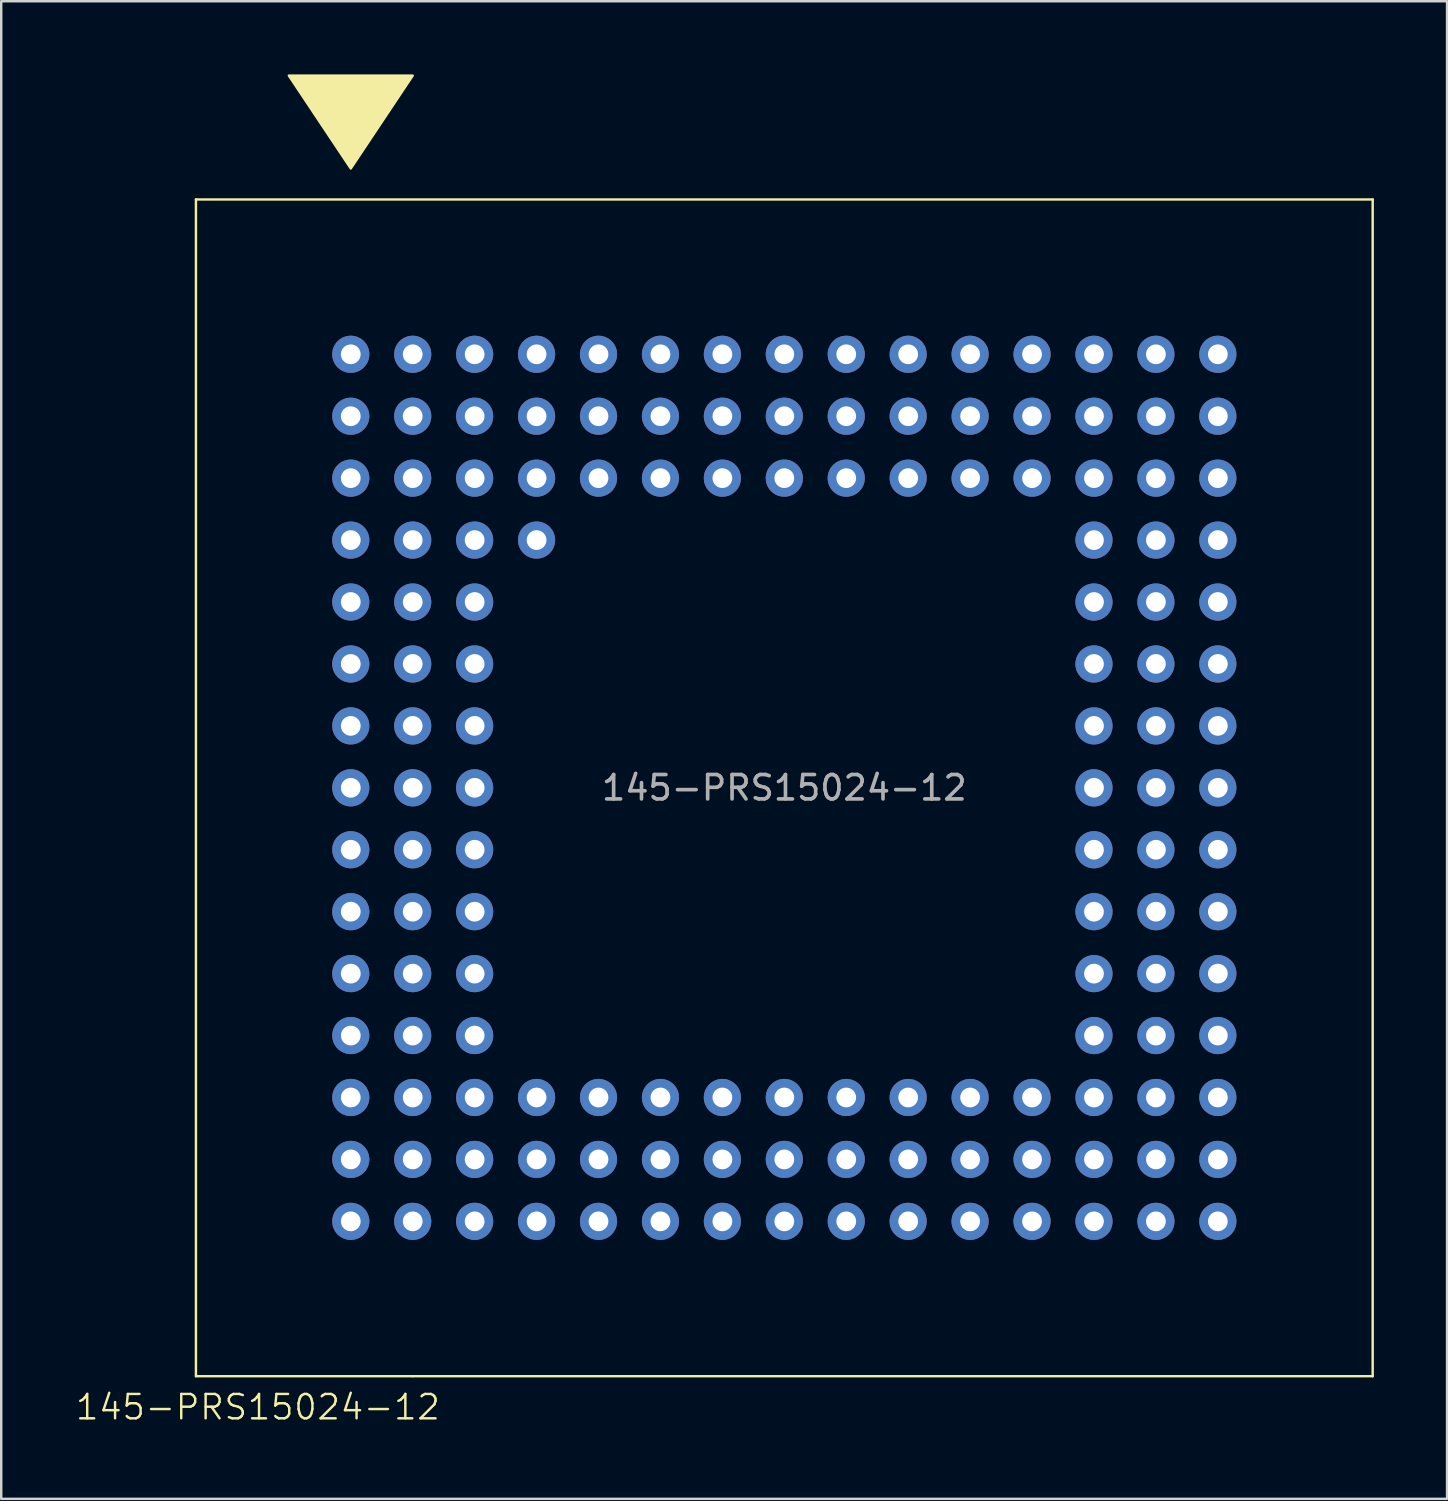
<source format=kicad_pcb>
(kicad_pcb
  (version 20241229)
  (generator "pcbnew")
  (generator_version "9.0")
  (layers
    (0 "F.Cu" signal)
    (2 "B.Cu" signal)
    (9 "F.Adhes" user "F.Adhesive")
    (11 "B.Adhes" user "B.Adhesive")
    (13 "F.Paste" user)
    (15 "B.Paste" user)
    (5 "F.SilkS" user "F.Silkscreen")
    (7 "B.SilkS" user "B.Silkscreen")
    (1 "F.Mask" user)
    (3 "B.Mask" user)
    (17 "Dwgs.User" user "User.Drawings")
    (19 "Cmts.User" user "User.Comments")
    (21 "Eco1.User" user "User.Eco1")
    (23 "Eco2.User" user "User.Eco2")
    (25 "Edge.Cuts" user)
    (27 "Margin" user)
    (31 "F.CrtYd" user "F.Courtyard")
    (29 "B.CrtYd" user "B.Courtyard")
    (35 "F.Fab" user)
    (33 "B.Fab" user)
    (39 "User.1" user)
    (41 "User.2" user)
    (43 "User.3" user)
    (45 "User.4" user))
  (footprint "145-PRS15024-12"
    (layer "F.Cu")
    (at 11.336 11.48)
    (property "Reference" "145-PRS15024-12" (at -3.81 43.18 0) (unlocked yes) (layer "F.SilkS") (effects (font (size 1 1) (thickness 0.1))))
    (attr through_hole)
    (fp_line (start -6.35 -6.35) (end -6.35 41.91) (stroke (width 0.1) (type default)) (layer "F.SilkS"))
    (fp_line (start -6.35 41.91) (end 2.54 41.91) (stroke (width 0.1) (type default)) (layer "F.SilkS"))
    (fp_line (start 2.54 41.91) (end 41.91 41.91) (stroke (width 0.1) (type default)) (layer "F.SilkS"))
    (fp_line (start 41.91 -6.35) (end -6.35 -6.35) (stroke (width 0.1) (type default)) (layer "F.SilkS"))
    (fp_line (start 41.91 41.91) (end 41.91 -6.35) (stroke (width 0.1) (type default)) (layer "F.SilkS"))
    (fp_poly (pts (xy 0 -7.62) (xy -2.54 -11.43) (xy 2.54 -11.43)) (stroke (width 0.1) (type solid)) (fill yes) (layer "F.SilkS"))
    (fp_text user "${REFERENCE}" (at 17.78 17.78 0) (unlocked yes) (layer "F.Fab") (effects (font (size 1 1) (thickness 0.15))))
    (pad "" thru_hole circle (at 7.62 7.62) (size 1.524 1.524) (drill 0.81) (layers "*.Cu" "*.Mask"))
    (pad "A1" thru_hole circle (at 0 0) (size 1.524 1.524) (drill 0.81) (layers "*.Cu" "*.Mask"))
    (pad "A2" thru_hole circle (at 2.54 0) (size 1.524 1.524) (drill 0.81) (layers "*.Cu" "*.Mask"))
    (pad "A3" thru_hole circle (at 5.08 0) (size 1.524 1.524) (drill 0.81) (layers "*.Cu" "*.Mask"))
    (pad "A4" thru_hole circle (at 7.62 0) (size 1.524 1.524) (drill 0.81) (layers "*.Cu" "*.Mask"))
    (pad "A5" thru_hole circle (at 10.16 0) (size 1.524 1.524) (drill 0.81) (layers "*.Cu" "*.Mask"))
    (pad "A6" thru_hole circle (at 12.7 0) (size 1.524 1.524) (drill 0.81) (layers "*.Cu" "*.Mask"))
    (pad "A7" thru_hole circle (at 15.24 0) (size 1.524 1.524) (drill 0.81) (layers "*.Cu" "*.Mask"))
    (pad "A8" thru_hole circle (at 17.78 0) (size 1.524 1.524) (drill 0.81) (layers "*.Cu" "*.Mask"))
    (pad "A9" thru_hole circle (at 20.32 0) (size 1.524 1.524) (drill 0.81) (layers "*.Cu" "*.Mask"))
    (pad "A10" thru_hole circle (at 22.86 0) (size 1.524 1.524) (drill 0.81) (layers "*.Cu" "*.Mask"))
    (pad "A11" thru_hole circle (at 25.4 0) (size 1.524 1.524) (drill 0.81) (layers "*.Cu" "*.Mask"))
    (pad "A12" thru_hole circle (at 27.94 0) (size 1.524 1.524) (drill 0.81) (layers "*.Cu" "*.Mask"))
    (pad "A13" thru_hole circle (at 30.48 0) (size 1.524 1.524) (drill 0.81) (layers "*.Cu" "*.Mask"))
    (pad "A14" thru_hole circle (at 33.02 0) (size 1.524 1.524) (drill 0.81) (layers "*.Cu" "*.Mask"))
    (pad "A15" thru_hole circle (at 35.56 0) (size 1.524 1.524) (drill 0.81) (layers "*.Cu" "*.Mask"))
    (pad "B1" thru_hole circle (at 0 2.54) (size 1.524 1.524) (drill 0.81) (layers "*.Cu" "*.Mask"))
    (pad "B2" thru_hole circle (at 2.54 2.54) (size 1.524 1.524) (drill 0.81) (layers "*.Cu" "*.Mask"))
    (pad "B3" thru_hole circle (at 5.08 2.54) (size 1.524 1.524) (drill 0.81) (layers "*.Cu" "*.Mask"))
    (pad "B4" thru_hole circle (at 7.62 2.54) (size 1.524 1.524) (drill 0.81) (layers "*.Cu" "*.Mask"))
    (pad "B5" thru_hole circle (at 10.16 2.54) (size 1.524 1.524) (drill 0.81) (layers "*.Cu" "*.Mask"))
    (pad "B6" thru_hole circle (at 12.7 2.54) (size 1.524 1.524) (drill 0.81) (layers "*.Cu" "*.Mask"))
    (pad "B7" thru_hole circle (at 15.24 2.54) (size 1.524 1.524) (drill 0.81) (layers "*.Cu" "*.Mask"))
    (pad "B8" thru_hole circle (at 17.78 2.54) (size 1.524 1.524) (drill 0.81) (layers "*.Cu" "*.Mask"))
    (pad "B9" thru_hole circle (at 20.32 2.54) (size 1.524 1.524) (drill 0.81) (layers "*.Cu" "*.Mask"))
    (pad "B10" thru_hole circle (at 22.86 2.54) (size 1.524 1.524) (drill 0.81) (layers "*.Cu" "*.Mask"))
    (pad "B11" thru_hole circle (at 25.4 2.54) (size 1.524 1.524) (drill 0.81) (layers "*.Cu" "*.Mask"))
    (pad "B12" thru_hole circle (at 27.94 2.54) (size 1.524 1.524) (drill 0.81) (layers "*.Cu" "*.Mask"))
    (pad "B13" thru_hole circle (at 30.48 2.54) (size 1.524 1.524) (drill 0.81) (layers "*.Cu" "*.Mask"))
    (pad "B14" thru_hole circle (at 33.02 2.54) (size 1.524 1.524) (drill 0.81) (layers "*.Cu" "*.Mask"))
    (pad "B15" thru_hole circle (at 35.56 2.54) (size 1.524 1.524) (drill 0.81) (layers "*.Cu" "*.Mask"))
    (pad "C1" thru_hole circle (at 0 5.08) (size 1.524 1.524) (drill 0.81) (layers "*.Cu" "*.Mask"))
    (pad "C2" thru_hole circle (at 2.54 5.08) (size 1.524 1.524) (drill 0.81) (layers "*.Cu" "*.Mask"))
    (pad "C3" thru_hole circle (at 5.08 5.08) (size 1.524 1.524) (drill 0.81) (layers "*.Cu" "*.Mask"))
    (pad "C4" thru_hole circle (at 7.62 5.08) (size 1.524 1.524) (drill 0.81) (layers "*.Cu" "*.Mask"))
    (pad "C5" thru_hole circle (at 10.16 5.08) (size 1.524 1.524) (drill 0.81) (layers "*.Cu" "*.Mask"))
    (pad "C6" thru_hole circle (at 12.7 5.08) (size 1.524 1.524) (drill 0.81) (layers "*.Cu" "*.Mask"))
    (pad "C7" thru_hole circle (at 15.24 5.08) (size 1.524 1.524) (drill 0.81) (layers "*.Cu" "*.Mask"))
    (pad "C8" thru_hole circle (at 17.78 5.08) (size 1.524 1.524) (drill 0.81) (layers "*.Cu" "*.Mask"))
    (pad "C9" thru_hole circle (at 20.32 5.08) (size 1.524 1.524) (drill 0.81) (layers "*.Cu" "*.Mask"))
    (pad "C10" thru_hole circle (at 22.86 5.08) (size 1.524 1.524) (drill 0.81) (layers "*.Cu" "*.Mask"))
    (pad "C11" thru_hole circle (at 25.4 5.08) (size 1.524 1.524) (drill 0.81) (layers "*.Cu" "*.Mask"))
    (pad "C12" thru_hole circle (at 27.94 5.08) (size 1.524 1.524) (drill 0.81) (layers "*.Cu" "*.Mask"))
    (pad "C13" thru_hole circle (at 30.48 5.08) (size 1.524 1.524) (drill 0.81) (layers "*.Cu" "*.Mask"))
    (pad "C14" thru_hole circle (at 33.02 5.08) (size 1.524 1.524) (drill 0.81) (layers "*.Cu" "*.Mask"))
    (pad "C15" thru_hole circle (at 35.56 5.08) (size 1.524 1.524) (drill 0.81) (layers "*.Cu" "*.Mask"))
    (pad "D1" thru_hole circle (at 0 7.62) (size 1.524 1.524) (drill 0.81) (layers "*.Cu" "*.Mask"))
    (pad "D2" thru_hole circle (at 2.54 7.62) (size 1.524 1.524) (drill 0.81) (layers "*.Cu" "*.Mask"))
    (pad "D3" thru_hole circle (at 5.08 7.62) (size 1.524 1.524) (drill 0.81) (layers "*.Cu" "*.Mask"))
    (pad "D13" thru_hole circle (at 30.48 7.62) (size 1.524 1.524) (drill 0.81) (layers "*.Cu" "*.Mask"))
    (pad "D14" thru_hole circle (at 33.02 7.62) (size 1.524 1.524) (drill 0.81) (layers "*.Cu" "*.Mask"))
    (pad "D15" thru_hole circle (at 35.56 7.62) (size 1.524 1.524) (drill 0.81) (layers "*.Cu" "*.Mask"))
    (pad "E1" thru_hole circle (at 0 10.16) (size 1.524 1.524) (drill 0.81) (layers "*.Cu" "*.Mask"))
    (pad "E2" thru_hole circle (at 2.54 10.16) (size 1.524 1.524) (drill 0.81) (layers "*.Cu" "*.Mask"))
    (pad "E3" thru_hole circle (at 5.08 10.16) (size 1.524 1.524) (drill 0.81) (layers "*.Cu" "*.Mask"))
    (pad "E13" thru_hole circle (at 30.48 10.16) (size 1.524 1.524) (drill 0.81) (layers "*.Cu" "*.Mask"))
    (pad "E14" thru_hole circle (at 33.02 10.16) (size 1.524 1.524) (drill 0.81) (layers "*.Cu" "*.Mask"))
    (pad "E15" thru_hole circle (at 35.56 10.16) (size 1.524 1.524) (drill 0.81) (layers "*.Cu" "*.Mask"))
    (pad "F1" thru_hole circle (at 0 12.7) (size 1.524 1.524) (drill 0.81) (layers "*.Cu" "*.Mask"))
    (pad "F2" thru_hole circle (at 2.54 12.7) (size 1.524 1.524) (drill 0.81) (layers "*.Cu" "*.Mask"))
    (pad "F3" thru_hole circle (at 5.08 12.7) (size 1.524 1.524) (drill 0.81) (layers "*.Cu" "*.Mask"))
    (pad "F13" thru_hole circle (at 30.48 12.7) (size 1.524 1.524) (drill 0.81) (layers "*.Cu" "*.Mask"))
    (pad "F14" thru_hole circle (at 33.02 12.7) (size 1.524 1.524) (drill 0.81) (layers "*.Cu" "*.Mask"))
    (pad "F15" thru_hole circle (at 35.56 12.7) (size 1.524 1.524) (drill 0.81) (layers "*.Cu" "*.Mask"))
    (pad "G1" thru_hole circle (at 0 15.24) (size 1.524 1.524) (drill 0.81) (layers "*.Cu" "*.Mask"))
    (pad "G2" thru_hole circle (at 2.54 15.24) (size 1.524 1.524) (drill 0.81) (layers "*.Cu" "*.Mask"))
    (pad "G3" thru_hole circle (at 5.08 15.24) (size 1.524 1.524) (drill 0.81) (layers "*.Cu" "*.Mask"))
    (pad "G13" thru_hole circle (at 30.48 15.24) (size 1.524 1.524) (drill 0.81) (layers "*.Cu" "*.Mask"))
    (pad "G14" thru_hole circle (at 33.02 15.24) (size 1.524 1.524) (drill 0.81) (layers "*.Cu" "*.Mask"))
    (pad "G15" thru_hole circle (at 35.56 15.24) (size 1.524 1.524) (drill 0.81) (layers "*.Cu" "*.Mask"))
    (pad "H1" thru_hole circle (at 0 17.78) (size 1.524 1.524) (drill 0.81) (layers "*.Cu" "*.Mask"))
    (pad "H2" thru_hole circle (at 2.54 17.78) (size 1.524 1.524) (drill 0.81) (layers "*.Cu" "*.Mask"))
    (pad "H3" thru_hole circle (at 5.08 17.78) (size 1.524 1.524) (drill 0.81) (layers "*.Cu" "*.Mask"))
    (pad "H13" thru_hole circle (at 30.48 17.78) (size 1.524 1.524) (drill 0.81) (layers "*.Cu" "*.Mask"))
    (pad "H14" thru_hole circle (at 33.02 17.78) (size 1.524 1.524) (drill 0.81) (layers "*.Cu" "*.Mask"))
    (pad "H15" thru_hole circle (at 35.56 17.78) (size 1.524 1.524) (drill 0.81) (layers "*.Cu" "*.Mask"))
    (pad "J1" thru_hole circle (at 0 20.32) (size 1.524 1.524) (drill 0.81) (layers "*.Cu" "*.Mask"))
    (pad "J2" thru_hole circle (at 2.54 20.32) (size 1.524 1.524) (drill 0.81) (layers "*.Cu" "*.Mask"))
    (pad "J3" thru_hole circle (at 5.08 20.32) (size 1.524 1.524) (drill 0.81) (layers "*.Cu" "*.Mask"))
    (pad "J13" thru_hole circle (at 30.48 20.32) (size 1.524 1.524) (drill 0.81) (layers "*.Cu" "*.Mask"))
    (pad "J14" thru_hole circle (at 33.02 20.32) (size 1.524 1.524) (drill 0.81) (layers "*.Cu" "*.Mask"))
    (pad "J15" thru_hole circle (at 35.56 20.32) (size 1.524 1.524) (drill 0.81) (layers "*.Cu" "*.Mask"))
    (pad "K1" thru_hole circle (at 0 22.86) (size 1.524 1.524) (drill 0.81) (layers "*.Cu" "*.Mask"))
    (pad "K2" thru_hole circle (at 2.54 22.86) (size 1.524 1.524) (drill 0.81) (layers "*.Cu" "*.Mask"))
    (pad "K3" thru_hole circle (at 5.08 22.86) (size 1.524 1.524) (drill 0.81) (layers "*.Cu" "*.Mask"))
    (pad "K13" thru_hole circle (at 30.48 22.86) (size 1.524 1.524) (drill 0.81) (layers "*.Cu" "*.Mask"))
    (pad "K14" thru_hole circle (at 33.02 22.86) (size 1.524 1.524) (drill 0.81) (layers "*.Cu" "*.Mask"))
    (pad "K15" thru_hole circle (at 35.56 22.86) (size 1.524 1.524) (drill 0.81) (layers "*.Cu" "*.Mask"))
    (pad "L1" thru_hole circle (at 0 25.4) (size 1.524 1.524) (drill 0.81) (layers "*.Cu" "*.Mask"))
    (pad "L2" thru_hole circle (at 2.54 25.4) (size 1.524 1.524) (drill 0.81) (layers "*.Cu" "*.Mask"))
    (pad "L3" thru_hole circle (at 5.08 25.4) (size 1.524 1.524) (drill 0.81) (layers "*.Cu" "*.Mask"))
    (pad "L13" thru_hole circle (at 30.48 25.4) (size 1.524 1.524) (drill 0.81) (layers "*.Cu" "*.Mask"))
    (pad "L14" thru_hole circle (at 33.02 25.4) (size 1.524 1.524) (drill 0.81) (layers "*.Cu" "*.Mask"))
    (pad "L15" thru_hole circle (at 35.56 25.4) (size 1.524 1.524) (drill 0.81) (layers "*.Cu" "*.Mask"))
    (pad "M1" thru_hole circle (at 0 27.94) (size 1.524 1.524) (drill 0.81) (layers "*.Cu" "*.Mask"))
    (pad "M2" thru_hole circle (at 2.54 27.94) (size 1.524 1.524) (drill 0.81) (layers "*.Cu" "*.Mask"))
    (pad "M3" thru_hole circle (at 5.08 27.94) (size 1.524 1.524) (drill 0.81) (layers "*.Cu" "*.Mask"))
    (pad "M13" thru_hole circle (at 30.48 27.94) (size 1.524 1.524) (drill 0.81) (layers "*.Cu" "*.Mask"))
    (pad "M14" thru_hole circle (at 33.02 27.94) (size 1.524 1.524) (drill 0.81) (layers "*.Cu" "*.Mask"))
    (pad "M15" thru_hole circle (at 35.56 27.94) (size 1.524 1.524) (drill 0.81) (layers "*.Cu" "*.Mask"))
    (pad "N1" thru_hole circle (at 0 30.48) (size 1.524 1.524) (drill 0.81) (layers "*.Cu" "*.Mask"))
    (pad "N2" thru_hole circle (at 2.54 30.48) (size 1.524 1.524) (drill 0.81) (layers "*.Cu" "*.Mask"))
    (pad "N3" thru_hole circle (at 5.08 30.48) (size 1.524 1.524) (drill 0.81) (layers "*.Cu" "*.Mask"))
    (pad "N4" thru_hole circle (at 7.62 30.48) (size 1.524 1.524) (drill 0.81) (layers "*.Cu" "*.Mask"))
    (pad "N5" thru_hole circle (at 10.16 30.48) (size 1.524 1.524) (drill 0.81) (layers "*.Cu" "*.Mask"))
    (pad "N6" thru_hole circle (at 12.7 30.48) (size 1.524 1.524) (drill 0.81) (layers "*.Cu" "*.Mask"))
    (pad "N7" thru_hole circle (at 15.24 30.48) (size 1.524 1.524) (drill 0.81) (layers "*.Cu" "*.Mask"))
    (pad "N8" thru_hole circle (at 17.78 30.48) (size 1.524 1.524) (drill 0.81) (layers "*.Cu" "*.Mask"))
    (pad "N9" thru_hole circle (at 20.32 30.48) (size 1.524 1.524) (drill 0.81) (layers "*.Cu" "*.Mask"))
    (pad "N10" thru_hole circle (at 22.86 30.48) (size 1.524 1.524) (drill 0.81) (layers "*.Cu" "*.Mask"))
    (pad "N11" thru_hole circle (at 25.4 30.48) (size 1.524 1.524) (drill 0.81) (layers "*.Cu" "*.Mask"))
    (pad "N12" thru_hole circle (at 27.94 30.48) (size 1.524 1.524) (drill 0.81) (layers "*.Cu" "*.Mask"))
    (pad "N13" thru_hole circle (at 30.48 30.48) (size 1.524 1.524) (drill 0.81) (layers "*.Cu" "*.Mask"))
    (pad "N14" thru_hole circle (at 33.02 30.48) (size 1.524 1.524) (drill 0.81) (layers "*.Cu" "*.Mask"))
    (pad "N15" thru_hole circle (at 35.56 30.48) (size 1.524 1.524) (drill 0.81) (layers "*.Cu" "*.Mask"))
    (pad "P1" thru_hole circle (at 0 33.02) (size 1.524 1.524) (drill 0.81) (layers "*.Cu" "*.Mask"))
    (pad "P2" thru_hole circle (at 2.54 33.02) (size 1.524 1.524) (drill 0.81) (layers "*.Cu" "*.Mask"))
    (pad "P3" thru_hole circle (at 5.08 33.02) (size 1.524 1.524) (drill 0.81) (layers "*.Cu" "*.Mask"))
    (pad "P4" thru_hole circle (at 7.62 33.02) (size 1.524 1.524) (drill 0.81) (layers "*.Cu" "*.Mask"))
    (pad "P5" thru_hole circle (at 10.16 33.02) (size 1.524 1.524) (drill 0.81) (layers "*.Cu" "*.Mask"))
    (pad "P6" thru_hole circle (at 12.7 33.02) (size 1.524 1.524) (drill 0.81) (layers "*.Cu" "*.Mask"))
    (pad "P7" thru_hole circle (at 15.24 33.02) (size 1.524 1.524) (drill 0.81) (layers "*.Cu" "*.Mask"))
    (pad "P8" thru_hole circle (at 17.78 33.02) (size 1.524 1.524) (drill 0.81) (layers "*.Cu" "*.Mask"))
    (pad "P9" thru_hole circle (at 20.32 33.02) (size 1.524 1.524) (drill 0.81) (layers "*.Cu" "*.Mask"))
    (pad "P10" thru_hole circle (at 22.86 33.02) (size 1.524 1.524) (drill 0.81) (layers "*.Cu" "*.Mask"))
    (pad "P11" thru_hole circle (at 25.4 33.02) (size 1.524 1.524) (drill 0.81) (layers "*.Cu" "*.Mask"))
    (pad "P12" thru_hole circle (at 27.94 33.02) (size 1.524 1.524) (drill 0.81) (layers "*.Cu" "*.Mask"))
    (pad "P13" thru_hole circle (at 30.48 33.02) (size 1.524 1.524) (drill 0.81) (layers "*.Cu" "*.Mask"))
    (pad "P14" thru_hole circle (at 33.02 33.02) (size 1.524 1.524) (drill 0.81) (layers "*.Cu" "*.Mask"))
    (pad "P15" thru_hole circle (at 35.56 33.02) (size 1.524 1.524) (drill 0.81) (layers "*.Cu" "*.Mask"))
    (pad "Q1" thru_hole circle (at 0 35.56) (size 1.524 1.524) (drill 0.81) (layers "*.Cu" "*.Mask"))
    (pad "Q2" thru_hole circle (at 2.54 35.56) (size 1.524 1.524) (drill 0.81) (layers "*.Cu" "*.Mask"))
    (pad "Q3" thru_hole circle (at 5.08 35.56) (size 1.524 1.524) (drill 0.81) (layers "*.Cu" "*.Mask"))
    (pad "Q4" thru_hole circle (at 7.62 35.56) (size 1.524 1.524) (drill 0.81) (layers "*.Cu" "*.Mask"))
    (pad "Q5" thru_hole circle (at 10.16 35.56) (size 1.524 1.524) (drill 0.81) (layers "*.Cu" "*.Mask"))
    (pad "Q6" thru_hole circle (at 12.7 35.56) (size 1.524 1.524) (drill 0.81) (layers "*.Cu" "*.Mask"))
    (pad "Q7" thru_hole circle (at 15.24 35.56) (size 1.524 1.524) (drill 0.81) (layers "*.Cu" "*.Mask"))
    (pad "Q8" thru_hole circle (at 17.78 35.56) (size 1.524 1.524) (drill 0.81) (layers "*.Cu" "*.Mask"))
    (pad "Q9" thru_hole circle (at 20.32 35.56) (size 1.524 1.524) (drill 0.81) (layers "*.Cu" "*.Mask"))
    (pad "Q10" thru_hole circle (at 22.86 35.56) (size 1.524 1.524) (drill 0.81) (layers "*.Cu" "*.Mask"))
    (pad "Q11" thru_hole circle (at 25.4 35.56) (size 1.524 1.524) (drill 0.81) (layers "*.Cu" "*.Mask"))
    (pad "Q12" thru_hole circle (at 27.94 35.56) (size 1.524 1.524) (drill 0.81) (layers "*.Cu" "*.Mask"))
    (pad "Q13" thru_hole circle (at 30.48 35.56) (size 1.524 1.524) (drill 0.81) (layers "*.Cu" "*.Mask"))
    (pad "Q14" thru_hole circle (at 33.02 35.56) (size 1.524 1.524) (drill 0.81) (layers "*.Cu" "*.Mask"))
    (pad "R15" thru_hole circle (at 35.56 35.56) (size 1.524 1.524) (drill 0.81) (layers "*.Cu" "*.Mask")))
  (gr_rect
    (start -3 -3)
    (end 56.296 58.42)
    (stroke (width 0.1) (type default))
    (fill no)
    (layer "Edge.Cuts")))
</source>
